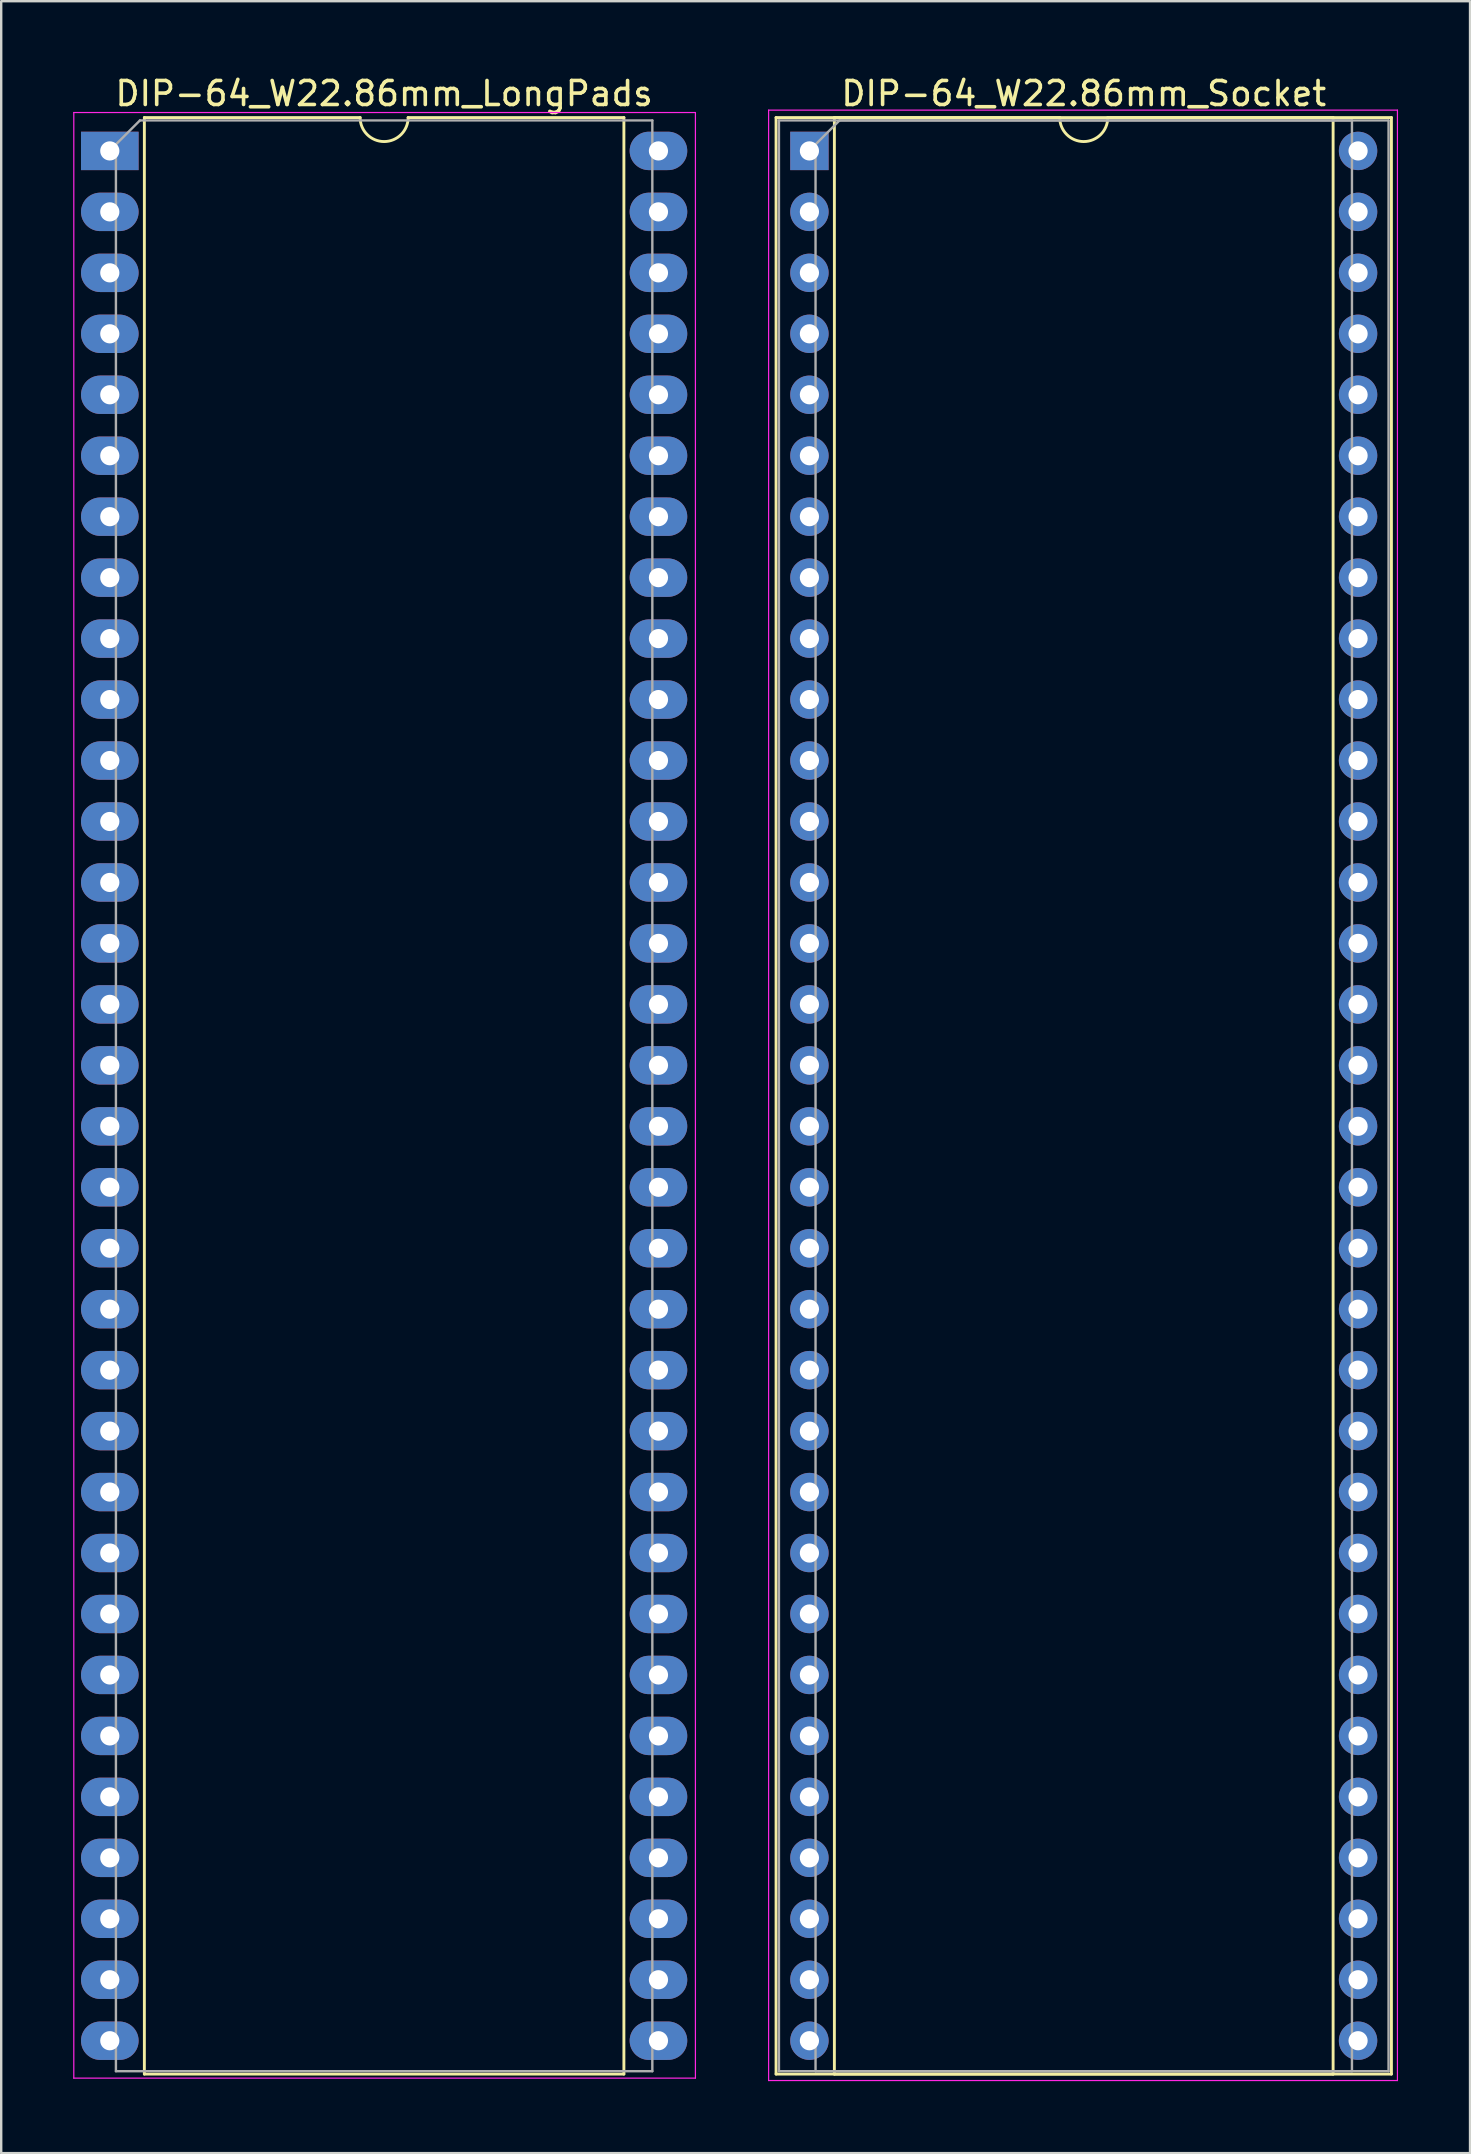
<source format=kicad_pcb>
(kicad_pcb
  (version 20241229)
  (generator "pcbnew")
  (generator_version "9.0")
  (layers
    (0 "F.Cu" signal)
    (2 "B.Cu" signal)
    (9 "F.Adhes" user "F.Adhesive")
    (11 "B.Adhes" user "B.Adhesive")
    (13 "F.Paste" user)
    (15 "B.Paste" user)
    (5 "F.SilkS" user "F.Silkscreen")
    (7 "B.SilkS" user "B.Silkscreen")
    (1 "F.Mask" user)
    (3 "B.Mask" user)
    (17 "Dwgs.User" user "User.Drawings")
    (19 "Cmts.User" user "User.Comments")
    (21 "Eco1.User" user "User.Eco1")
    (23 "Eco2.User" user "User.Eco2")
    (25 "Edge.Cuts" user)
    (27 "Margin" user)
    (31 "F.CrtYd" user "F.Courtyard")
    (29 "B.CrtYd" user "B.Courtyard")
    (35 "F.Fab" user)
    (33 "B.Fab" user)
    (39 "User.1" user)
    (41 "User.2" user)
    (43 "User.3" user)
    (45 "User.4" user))
  (footprint "DIP-64_W22.86mm_LongPads"
    (layer "F.Cu")
    (at 1.525 3.238)
    (property "Reference" "DIP-64_W22.86mm_LongPads" (at 11.43 -2.39 0) (layer "F.SilkS") (effects (font (size 1 1) (thickness 0.15))))
    (attr through_hole)
    (fp_line (start 1.44 -1.39) (end 1.44 80.13) (stroke (width 0.12) (type solid)) (layer "F.SilkS"))
    (fp_line (start 1.44 80.13) (end 21.42 80.13) (stroke (width 0.12) (type solid)) (layer "F.SilkS"))
    (fp_line (start 10.43 -1.39) (end 1.44 -1.39) (stroke (width 0.12) (type solid)) (layer "F.SilkS"))
    (fp_line (start 21.42 -1.39) (end 12.43 -1.39) (stroke (width 0.12) (type solid)) (layer "F.SilkS"))
    (fp_line (start 21.42 80.13) (end 21.42 -1.39) (stroke (width 0.12) (type solid)) (layer "F.SilkS"))
    (fp_arc (start 12.43 -1.39) (mid 11.43 -0.39) (end 10.43 -1.39) (stroke (width 0.12) (type solid)) (layer "F.SilkS"))
    (fp_line (start -1.5 -1.6) (end -1.5 80.3) (stroke (width 0.05) (type solid)) (layer "F.CrtYd"))
    (fp_line (start -1.5 80.3) (end 24.4 80.3) (stroke (width 0.05) (type solid)) (layer "F.CrtYd"))
    (fp_line (start 24.4 -1.6) (end -1.5 -1.6) (stroke (width 0.05) (type solid)) (layer "F.CrtYd"))
    (fp_line (start 24.4 80.3) (end 24.4 -1.6) (stroke (width 0.05) (type solid)) (layer "F.CrtYd"))
    (fp_line (start 0.255 -0.27) (end 1.255 -1.27) (stroke (width 0.1) (type solid)) (layer "F.Fab"))
    (fp_line (start 0.255 80.01) (end 0.255 -0.27) (stroke (width 0.1) (type solid)) (layer "F.Fab"))
    (fp_line (start 1.255 -1.27) (end 22.605 -1.27) (stroke (width 0.1) (type solid)) (layer "F.Fab"))
    (fp_line (start 22.605 -1.27) (end 22.605 80.01) (stroke (width 0.1) (type solid)) (layer "F.Fab"))
    (fp_line (start 22.605 80.01) (end 0.255 80.01) (stroke (width 0.1) (type solid)) (layer "F.Fab"))
    (pad "1" thru_hole rect (at 0 0) (size 2.4 1.6) (drill 0.8) (layers "*.Cu" "*.Mask"))
    (pad "2" thru_hole oval (at 0 2.54) (size 2.4 1.6) (drill 0.8) (layers "*.Cu" "*.Mask"))
    (pad "3" thru_hole oval (at 0 5.08) (size 2.4 1.6) (drill 0.8) (layers "*.Cu" "*.Mask"))
    (pad "4" thru_hole oval (at 0 7.62) (size 2.4 1.6) (drill 0.8) (layers "*.Cu" "*.Mask"))
    (pad "5" thru_hole oval (at 0 10.16) (size 2.4 1.6) (drill 0.8) (layers "*.Cu" "*.Mask"))
    (pad "6" thru_hole oval (at 0 12.7) (size 2.4 1.6) (drill 0.8) (layers "*.Cu" "*.Mask"))
    (pad "7" thru_hole oval (at 0 15.24) (size 2.4 1.6) (drill 0.8) (layers "*.Cu" "*.Mask"))
    (pad "8" thru_hole oval (at 0 17.78) (size 2.4 1.6) (drill 0.8) (layers "*.Cu" "*.Mask"))
    (pad "9" thru_hole oval (at 0 20.32) (size 2.4 1.6) (drill 0.8) (layers "*.Cu" "*.Mask"))
    (pad "10" thru_hole oval (at 0 22.86) (size 2.4 1.6) (drill 0.8) (layers "*.Cu" "*.Mask"))
    (pad "11" thru_hole oval (at 0 25.4) (size 2.4 1.6) (drill 0.8) (layers "*.Cu" "*.Mask"))
    (pad "12" thru_hole oval (at 0 27.94) (size 2.4 1.6) (drill 0.8) (layers "*.Cu" "*.Mask"))
    (pad "13" thru_hole oval (at 0 30.48) (size 2.4 1.6) (drill 0.8) (layers "*.Cu" "*.Mask"))
    (pad "14" thru_hole oval (at 0 33.02) (size 2.4 1.6) (drill 0.8) (layers "*.Cu" "*.Mask"))
    (pad "15" thru_hole oval (at 0 35.56) (size 2.4 1.6) (drill 0.8) (layers "*.Cu" "*.Mask"))
    (pad "16" thru_hole oval (at 0 38.1) (size 2.4 1.6) (drill 0.8) (layers "*.Cu" "*.Mask"))
    (pad "17" thru_hole oval (at 0 40.64) (size 2.4 1.6) (drill 0.8) (layers "*.Cu" "*.Mask"))
    (pad "18" thru_hole oval (at 0 43.18) (size 2.4 1.6) (drill 0.8) (layers "*.Cu" "*.Mask"))
    (pad "19" thru_hole oval (at 0 45.72) (size 2.4 1.6) (drill 0.8) (layers "*.Cu" "*.Mask"))
    (pad "20" thru_hole oval (at 0 48.26) (size 2.4 1.6) (drill 0.8) (layers "*.Cu" "*.Mask"))
    (pad "21" thru_hole oval (at 0 50.8) (size 2.4 1.6) (drill 0.8) (layers "*.Cu" "*.Mask"))
    (pad "22" thru_hole oval (at 0 53.34) (size 2.4 1.6) (drill 0.8) (layers "*.Cu" "*.Mask"))
    (pad "23" thru_hole oval (at 0 55.88) (size 2.4 1.6) (drill 0.8) (layers "*.Cu" "*.Mask"))
    (pad "24" thru_hole oval (at 0 58.42) (size 2.4 1.6) (drill 0.8) (layers "*.Cu" "*.Mask"))
    (pad "25" thru_hole oval (at 0 60.96) (size 2.4 1.6) (drill 0.8) (layers "*.Cu" "*.Mask"))
    (pad "26" thru_hole oval (at 0 63.5) (size 2.4 1.6) (drill 0.8) (layers "*.Cu" "*.Mask"))
    (pad "27" thru_hole oval (at 0 66.04) (size 2.4 1.6) (drill 0.8) (layers "*.Cu" "*.Mask"))
    (pad "28" thru_hole oval (at 0 68.58) (size 2.4 1.6) (drill 0.8) (layers "*.Cu" "*.Mask"))
    (pad "29" thru_hole oval (at 0 71.12) (size 2.4 1.6) (drill 0.8) (layers "*.Cu" "*.Mask"))
    (pad "30" thru_hole oval (at 0 73.66) (size 2.4 1.6) (drill 0.8) (layers "*.Cu" "*.Mask"))
    (pad "31" thru_hole oval (at 0 76.2) (size 2.4 1.6) (drill 0.8) (layers "*.Cu" "*.Mask"))
    (pad "32" thru_hole oval (at 0 78.74) (size 2.4 1.6) (drill 0.8) (layers "*.Cu" "*.Mask"))
    (pad "33" thru_hole oval (at 22.86 78.74) (size 2.4 1.6) (drill 0.8) (layers "*.Cu" "*.Mask"))
    (pad "34" thru_hole oval (at 22.86 76.2) (size 2.4 1.6) (drill 0.8) (layers "*.Cu" "*.Mask"))
    (pad "35" thru_hole oval (at 22.86 73.66) (size 2.4 1.6) (drill 0.8) (layers "*.Cu" "*.Mask"))
    (pad "36" thru_hole oval (at 22.86 71.12) (size 2.4 1.6) (drill 0.8) (layers "*.Cu" "*.Mask"))
    (pad "37" thru_hole oval (at 22.86 68.58) (size 2.4 1.6) (drill 0.8) (layers "*.Cu" "*.Mask"))
    (pad "38" thru_hole oval (at 22.86 66.04) (size 2.4 1.6) (drill 0.8) (layers "*.Cu" "*.Mask"))
    (pad "39" thru_hole oval (at 22.86 63.5) (size 2.4 1.6) (drill 0.8) (layers "*.Cu" "*.Mask"))
    (pad "40" thru_hole oval (at 22.86 60.96) (size 2.4 1.6) (drill 0.8) (layers "*.Cu" "*.Mask"))
    (pad "41" thru_hole oval (at 22.86 58.42) (size 2.4 1.6) (drill 0.8) (layers "*.Cu" "*.Mask"))
    (pad "42" thru_hole oval (at 22.86 55.88) (size 2.4 1.6) (drill 0.8) (layers "*.Cu" "*.Mask"))
    (pad "43" thru_hole oval (at 22.86 53.34) (size 2.4 1.6) (drill 0.8) (layers "*.Cu" "*.Mask"))
    (pad "44" thru_hole oval (at 22.86 50.8) (size 2.4 1.6) (drill 0.8) (layers "*.Cu" "*.Mask"))
    (pad "45" thru_hole oval (at 22.86 48.26) (size 2.4 1.6) (drill 0.8) (layers "*.Cu" "*.Mask"))
    (pad "46" thru_hole oval (at 22.86 45.72) (size 2.4 1.6) (drill 0.8) (layers "*.Cu" "*.Mask"))
    (pad "47" thru_hole oval (at 22.86 43.18) (size 2.4 1.6) (drill 0.8) (layers "*.Cu" "*.Mask"))
    (pad "48" thru_hole oval (at 22.86 40.64) (size 2.4 1.6) (drill 0.8) (layers "*.Cu" "*.Mask"))
    (pad "49" thru_hole oval (at 22.86 38.1) (size 2.4 1.6) (drill 0.8) (layers "*.Cu" "*.Mask"))
    (pad "50" thru_hole oval (at 22.86 35.56) (size 2.4 1.6) (drill 0.8) (layers "*.Cu" "*.Mask"))
    (pad "51" thru_hole oval (at 22.86 33.02) (size 2.4 1.6) (drill 0.8) (layers "*.Cu" "*.Mask"))
    (pad "52" thru_hole oval (at 22.86 30.48) (size 2.4 1.6) (drill 0.8) (layers "*.Cu" "*.Mask"))
    (pad "53" thru_hole oval (at 22.86 27.94) (size 2.4 1.6) (drill 0.8) (layers "*.Cu" "*.Mask"))
    (pad "54" thru_hole oval (at 22.86 25.4) (size 2.4 1.6) (drill 0.8) (layers "*.Cu" "*.Mask"))
    (pad "55" thru_hole oval (at 22.86 22.86) (size 2.4 1.6) (drill 0.8) (layers "*.Cu" "*.Mask"))
    (pad "56" thru_hole oval (at 22.86 20.32) (size 2.4 1.6) (drill 0.8) (layers "*.Cu" "*.Mask"))
    (pad "57" thru_hole oval (at 22.86 17.78) (size 2.4 1.6) (drill 0.8) (layers "*.Cu" "*.Mask"))
    (pad "58" thru_hole oval (at 22.86 15.24) (size 2.4 1.6) (drill 0.8) (layers "*.Cu" "*.Mask"))
    (pad "59" thru_hole oval (at 22.86 12.7) (size 2.4 1.6) (drill 0.8) (layers "*.Cu" "*.Mask"))
    (pad "60" thru_hole oval (at 22.86 10.16) (size 2.4 1.6) (drill 0.8) (layers "*.Cu" "*.Mask"))
    (pad "61" thru_hole oval (at 22.86 7.62) (size 2.4 1.6) (drill 0.8) (layers "*.Cu" "*.Mask"))
    (pad "62" thru_hole oval (at 22.86 5.08) (size 2.4 1.6) (drill 0.8) (layers "*.Cu" "*.Mask"))
    (pad "63" thru_hole oval (at 22.86 2.54) (size 2.4 1.6) (drill 0.8) (layers "*.Cu" "*.Mask"))
    (pad "64" thru_hole oval (at 22.86 0) (size 2.4 1.6) (drill 0.8) (layers "*.Cu" "*.Mask")))
  (footprint "DIP-64_W22.86mm_Socket"
    (layer "F.Cu")
    (at 30.675 3.238)
    (property "Reference" "DIP-64_W22.86mm_Socket" (at 11.43 -2.39 0) (layer "F.SilkS") (effects (font (size 1 1) (thickness 0.15))))
    (attr through_hole)
    (fp_line (start -1.39 -1.39) (end -1.39 80.13) (stroke (width 0.12) (type solid)) (layer "F.SilkS"))
    (fp_line (start -1.39 80.13) (end 24.25 80.13) (stroke (width 0.12) (type solid)) (layer "F.SilkS"))
    (fp_line (start 1.04 -1.39) (end 1.04 80.13) (stroke (width 0.12) (type solid)) (layer "F.SilkS"))
    (fp_line (start 1.04 80.13) (end 21.82 80.13) (stroke (width 0.12) (type solid)) (layer "F.SilkS"))
    (fp_line (start 10.43 -1.39) (end 1.04 -1.39) (stroke (width 0.12) (type solid)) (layer "F.SilkS"))
    (fp_line (start 21.82 -1.39) (end 12.43 -1.39) (stroke (width 0.12) (type solid)) (layer "F.SilkS"))
    (fp_line (start 21.82 80.13) (end 21.82 -1.39) (stroke (width 0.12) (type solid)) (layer "F.SilkS"))
    (fp_line (start 24.25 -1.39) (end -1.39 -1.39) (stroke (width 0.12) (type solid)) (layer "F.SilkS"))
    (fp_line (start 24.25 80.13) (end 24.25 -1.39) (stroke (width 0.12) (type solid)) (layer "F.SilkS"))
    (fp_arc (start 12.43 -1.39) (mid 11.43 -0.39) (end 10.43 -1.39) (stroke (width 0.12) (type solid)) (layer "F.SilkS"))
    (fp_line (start -1.7 -1.7) (end -1.7 80.4) (stroke (width 0.05) (type solid)) (layer "F.CrtYd"))
    (fp_line (start -1.7 80.4) (end 24.5 80.4) (stroke (width 0.05) (type solid)) (layer "F.CrtYd"))
    (fp_line (start 24.5 -1.7) (end -1.7 -1.7) (stroke (width 0.05) (type solid)) (layer "F.CrtYd"))
    (fp_line (start 24.5 80.4) (end 24.5 -1.7) (stroke (width 0.05) (type solid)) (layer "F.CrtYd"))
    (fp_line (start -1.27 -1.27) (end -1.27 80.01) (stroke (width 0.1) (type solid)) (layer "F.Fab"))
    (fp_line (start -1.27 80.01) (end 24.13 80.01) (stroke (width 0.1) (type solid)) (layer "F.Fab"))
    (fp_line (start 0.255 -0.27) (end 1.255 -1.27) (stroke (width 0.1) (type solid)) (layer "F.Fab"))
    (fp_line (start 0.255 80.01) (end 0.255 -0.27) (stroke (width 0.1) (type solid)) (layer "F.Fab"))
    (fp_line (start 1.255 -1.27) (end 22.605 -1.27) (stroke (width 0.1) (type solid)) (layer "F.Fab"))
    (fp_line (start 22.605 -1.27) (end 22.605 80.01) (stroke (width 0.1) (type solid)) (layer "F.Fab"))
    (fp_line (start 22.605 80.01) (end 0.255 80.01) (stroke (width 0.1) (type solid)) (layer "F.Fab"))
    (fp_line (start 24.13 -1.27) (end -1.27 -1.27) (stroke (width 0.1) (type solid)) (layer "F.Fab"))
    (fp_line (start 24.13 80.01) (end 24.13 -1.27) (stroke (width 0.1) (type solid)) (layer "F.Fab"))
    (pad "1" thru_hole rect (at 0 0) (size 1.6 1.6) (drill 0.8) (layers "*.Cu" "*.Mask"))
    (pad "2" thru_hole oval (at 0 2.54) (size 1.6 1.6) (drill 0.8) (layers "*.Cu" "*.Mask"))
    (pad "3" thru_hole oval (at 0 5.08) (size 1.6 1.6) (drill 0.8) (layers "*.Cu" "*.Mask"))
    (pad "4" thru_hole oval (at 0 7.62) (size 1.6 1.6) (drill 0.8) (layers "*.Cu" "*.Mask"))
    (pad "5" thru_hole oval (at 0 10.16) (size 1.6 1.6) (drill 0.8) (layers "*.Cu" "*.Mask"))
    (pad "6" thru_hole oval (at 0 12.7) (size 1.6 1.6) (drill 0.8) (layers "*.Cu" "*.Mask"))
    (pad "7" thru_hole oval (at 0 15.24) (size 1.6 1.6) (drill 0.8) (layers "*.Cu" "*.Mask"))
    (pad "8" thru_hole oval (at 0 17.78) (size 1.6 1.6) (drill 0.8) (layers "*.Cu" "*.Mask"))
    (pad "9" thru_hole oval (at 0 20.32) (size 1.6 1.6) (drill 0.8) (layers "*.Cu" "*.Mask"))
    (pad "10" thru_hole oval (at 0 22.86) (size 1.6 1.6) (drill 0.8) (layers "*.Cu" "*.Mask"))
    (pad "11" thru_hole oval (at 0 25.4) (size 1.6 1.6) (drill 0.8) (layers "*.Cu" "*.Mask"))
    (pad "12" thru_hole oval (at 0 27.94) (size 1.6 1.6) (drill 0.8) (layers "*.Cu" "*.Mask"))
    (pad "13" thru_hole oval (at 0 30.48) (size 1.6 1.6) (drill 0.8) (layers "*.Cu" "*.Mask"))
    (pad "14" thru_hole oval (at 0 33.02) (size 1.6 1.6) (drill 0.8) (layers "*.Cu" "*.Mask"))
    (pad "15" thru_hole oval (at 0 35.56) (size 1.6 1.6) (drill 0.8) (layers "*.Cu" "*.Mask"))
    (pad "16" thru_hole oval (at 0 38.1) (size 1.6 1.6) (drill 0.8) (layers "*.Cu" "*.Mask"))
    (pad "17" thru_hole oval (at 0 40.64) (size 1.6 1.6) (drill 0.8) (layers "*.Cu" "*.Mask"))
    (pad "18" thru_hole oval (at 0 43.18) (size 1.6 1.6) (drill 0.8) (layers "*.Cu" "*.Mask"))
    (pad "19" thru_hole oval (at 0 45.72) (size 1.6 1.6) (drill 0.8) (layers "*.Cu" "*.Mask"))
    (pad "20" thru_hole oval (at 0 48.26) (size 1.6 1.6) (drill 0.8) (layers "*.Cu" "*.Mask"))
    (pad "21" thru_hole oval (at 0 50.8) (size 1.6 1.6) (drill 0.8) (layers "*.Cu" "*.Mask"))
    (pad "22" thru_hole oval (at 0 53.34) (size 1.6 1.6) (drill 0.8) (layers "*.Cu" "*.Mask"))
    (pad "23" thru_hole oval (at 0 55.88) (size 1.6 1.6) (drill 0.8) (layers "*.Cu" "*.Mask"))
    (pad "24" thru_hole oval (at 0 58.42) (size 1.6 1.6) (drill 0.8) (layers "*.Cu" "*.Mask"))
    (pad "25" thru_hole oval (at 0 60.96) (size 1.6 1.6) (drill 0.8) (layers "*.Cu" "*.Mask"))
    (pad "26" thru_hole oval (at 0 63.5) (size 1.6 1.6) (drill 0.8) (layers "*.Cu" "*.Mask"))
    (pad "27" thru_hole oval (at 0 66.04) (size 1.6 1.6) (drill 0.8) (layers "*.Cu" "*.Mask"))
    (pad "28" thru_hole oval (at 0 68.58) (size 1.6 1.6) (drill 0.8) (layers "*.Cu" "*.Mask"))
    (pad "29" thru_hole oval (at 0 71.12) (size 1.6 1.6) (drill 0.8) (layers "*.Cu" "*.Mask"))
    (pad "30" thru_hole oval (at 0 73.66) (size 1.6 1.6) (drill 0.8) (layers "*.Cu" "*.Mask"))
    (pad "31" thru_hole oval (at 0 76.2) (size 1.6 1.6) (drill 0.8) (layers "*.Cu" "*.Mask"))
    (pad "32" thru_hole oval (at 0 78.74) (size 1.6 1.6) (drill 0.8) (layers "*.Cu" "*.Mask"))
    (pad "33" thru_hole oval (at 22.86 78.74) (size 1.6 1.6) (drill 0.8) (layers "*.Cu" "*.Mask"))
    (pad "34" thru_hole oval (at 22.86 76.2) (size 1.6 1.6) (drill 0.8) (layers "*.Cu" "*.Mask"))
    (pad "35" thru_hole oval (at 22.86 73.66) (size 1.6 1.6) (drill 0.8) (layers "*.Cu" "*.Mask"))
    (pad "36" thru_hole oval (at 22.86 71.12) (size 1.6 1.6) (drill 0.8) (layers "*.Cu" "*.Mask"))
    (pad "37" thru_hole oval (at 22.86 68.58) (size 1.6 1.6) (drill 0.8) (layers "*.Cu" "*.Mask"))
    (pad "38" thru_hole oval (at 22.86 66.04) (size 1.6 1.6) (drill 0.8) (layers "*.Cu" "*.Mask"))
    (pad "39" thru_hole oval (at 22.86 63.5) (size 1.6 1.6) (drill 0.8) (layers "*.Cu" "*.Mask"))
    (pad "40" thru_hole oval (at 22.86 60.96) (size 1.6 1.6) (drill 0.8) (layers "*.Cu" "*.Mask"))
    (pad "41" thru_hole oval (at 22.86 58.42) (size 1.6 1.6) (drill 0.8) (layers "*.Cu" "*.Mask"))
    (pad "42" thru_hole oval (at 22.86 55.88) (size 1.6 1.6) (drill 0.8) (layers "*.Cu" "*.Mask"))
    (pad "43" thru_hole oval (at 22.86 53.34) (size 1.6 1.6) (drill 0.8) (layers "*.Cu" "*.Mask"))
    (pad "44" thru_hole oval (at 22.86 50.8) (size 1.6 1.6) (drill 0.8) (layers "*.Cu" "*.Mask"))
    (pad "45" thru_hole oval (at 22.86 48.26) (size 1.6 1.6) (drill 0.8) (layers "*.Cu" "*.Mask"))
    (pad "46" thru_hole oval (at 22.86 45.72) (size 1.6 1.6) (drill 0.8) (layers "*.Cu" "*.Mask"))
    (pad "47" thru_hole oval (at 22.86 43.18) (size 1.6 1.6) (drill 0.8) (layers "*.Cu" "*.Mask"))
    (pad "48" thru_hole oval (at 22.86 40.64) (size 1.6 1.6) (drill 0.8) (layers "*.Cu" "*.Mask"))
    (pad "49" thru_hole oval (at 22.86 38.1) (size 1.6 1.6) (drill 0.8) (layers "*.Cu" "*.Mask"))
    (pad "50" thru_hole oval (at 22.86 35.56) (size 1.6 1.6) (drill 0.8) (layers "*.Cu" "*.Mask"))
    (pad "51" thru_hole oval (at 22.86 33.02) (size 1.6 1.6) (drill 0.8) (layers "*.Cu" "*.Mask"))
    (pad "52" thru_hole oval (at 22.86 30.48) (size 1.6 1.6) (drill 0.8) (layers "*.Cu" "*.Mask"))
    (pad "53" thru_hole oval (at 22.86 27.94) (size 1.6 1.6) (drill 0.8) (layers "*.Cu" "*.Mask"))
    (pad "54" thru_hole oval (at 22.86 25.4) (size 1.6 1.6) (drill 0.8) (layers "*.Cu" "*.Mask"))
    (pad "55" thru_hole oval (at 22.86 22.86) (size 1.6 1.6) (drill 0.8) (layers "*.Cu" "*.Mask"))
    (pad "56" thru_hole oval (at 22.86 20.32) (size 1.6 1.6) (drill 0.8) (layers "*.Cu" "*.Mask"))
    (pad "57" thru_hole oval (at 22.86 17.78) (size 1.6 1.6) (drill 0.8) (layers "*.Cu" "*.Mask"))
    (pad "58" thru_hole oval (at 22.86 15.24) (size 1.6 1.6) (drill 0.8) (layers "*.Cu" "*.Mask"))
    (pad "59" thru_hole oval (at 22.86 12.7) (size 1.6 1.6) (drill 0.8) (layers "*.Cu" "*.Mask"))
    (pad "60" thru_hole oval (at 22.86 10.16) (size 1.6 1.6) (drill 0.8) (layers "*.Cu" "*.Mask"))
    (pad "61" thru_hole oval (at 22.86 7.62) (size 1.6 1.6) (drill 0.8) (layers "*.Cu" "*.Mask"))
    (pad "62" thru_hole oval (at 22.86 5.08) (size 1.6 1.6) (drill 0.8) (layers "*.Cu" "*.Mask"))
    (pad "63" thru_hole oval (at 22.86 2.54) (size 1.6 1.6) (drill 0.8) (layers "*.Cu" "*.Mask"))
    (pad "64" thru_hole oval (at 22.86 0) (size 1.6 1.6) (drill 0.8) (layers "*.Cu" "*.Mask")))
  (gr_rect
    (start -3 -3)
    (end 58.2 86.663)
    (stroke (width 0.1) (type default))
    (fill no)
    (layer "Edge.Cuts")))
</source>
